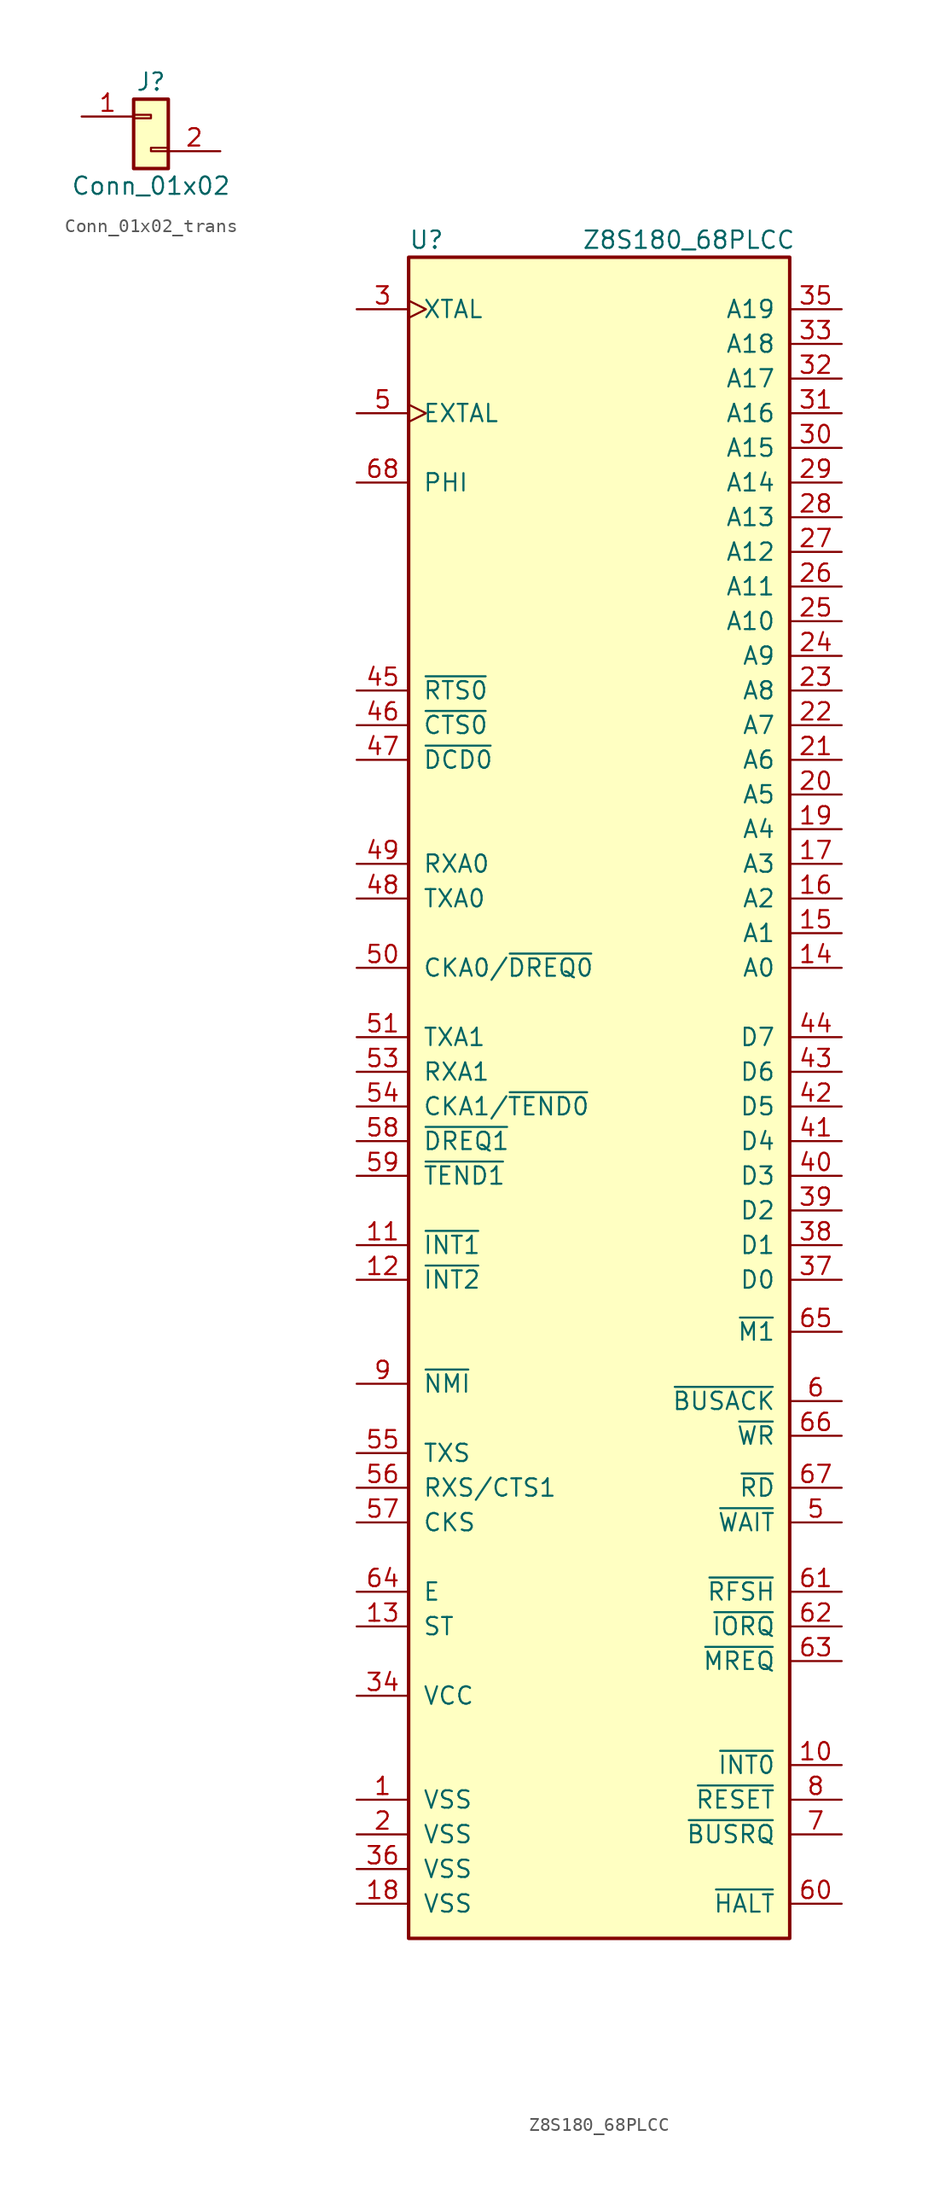
<source format=kicad_sym>
(kicad_symbol_lib
  (version 20220914)
  (generator kicad_symbol_editor)
  (symbol "Conn_01x02_trans"
    (pin_names
      (offset 1.016) hide)
    (property "Reference" "J"
      (at 0 2.54 0)
      (effects (font (size 1.27 1.27))))
    (property "Value" "Conn_01x02"
      (at 0 -5.08 0)
      (effects (font (size 1.27 1.27))))
    (symbol "Conn_01x02_trans_1_1"
      (rectangle (start -1.27 0.127) (end 0 -0.127) (stroke (width 0.152) (type default)) (fill (type none)))
      (rectangle (start -1.27 1.27) (end 1.27 -3.81) (stroke (width 0.254) (type default)) (fill (type background)))
      (rectangle (start 0 -2.54) (end 1.27 -2.286) (stroke (width 0.152) (type default)) (fill (type none)))
      (pin passive line (at -5.08 0 0) (length 3.81) (name "Pin_1" (effects (font (size 1.27 1.27)))) (number "1" (effects (font (size 1.27 1.27)))))
      (pin passive line (at 5.08 -2.54 180) (length 3.81) (name "Pin_2" (effects (font (size 1.27 1.27)))) (number "2" (effects (font (size 1.27 1.27)))))))
  (symbol "Z8S180_68PLCC"
    (pin_names
      (offset 1.016))
    (property "Reference" "U"
      (at -13.97 35.56 0)
      (effects (font (size 1.27 1.27)) (justify left)))
    (property "Value" "Z8S180_68PLCC"
      (at -1.27 35.56 0)
      (effects (font (size 1.27 1.27)) (justify left)))
    (symbol "Z8S180_68PLCC_0_1"
      (rectangle (start -13.97 34.29) (end 13.97 -88.9) (stroke (width 0.254) (type default)) (fill (type background))))
    (symbol "Z8S180_68PLCC_1_1"
      (pin power_in line (at -17.78 -78.74 0) (length 3.81) (name "VSS" (effects (font (size 1.27 1.27)))) (number "1" (effects (font (size 1.27 1.27)))))
      (pin input line (at 17.78 -76.2 180) (length 3.81) (name "~{INT0}" (effects (font (size 1.27 1.27)))) (number "10" (effects (font (size 1.27 1.27)))))
      (pin input line (at -17.78 -38.1 0) (length 3.81) (name "~{INT1}" (effects (font (size 1.27 1.27)))) (number "11" (effects (font (size 1.27 1.27)))))
      (pin input line (at -17.78 -40.64 0) (length 3.81) (name "~{INT2}" (effects (font (size 1.27 1.27)))) (number "12" (effects (font (size 1.27 1.27)))))
      (pin output line (at -17.78 -66.04 0) (length 3.81) (name "ST" (effects (font (size 1.27 1.27)))) (number "13" (effects (font (size 1.27 1.27)))))
      (pin output line (at 17.78 -17.78 180) (length 3.81) (name "A0" (effects (font (size 1.27 1.27)))) (number "14" (effects (font (size 1.27 1.27)))))
      (pin output line (at 17.78 -15.24 180) (length 3.81) (name "A1" (effects (font (size 1.27 1.27)))) (number "15" (effects (font (size 1.27 1.27)))))
      (pin output line (at 17.78 -12.7 180) (length 3.81) (name "A2" (effects (font (size 1.27 1.27)))) (number "16" (effects (font (size 1.27 1.27)))))
      (pin output line (at 17.78 -10.16 180) (length 3.81) (name "A3" (effects (font (size 1.27 1.27)))) (number "17" (effects (font (size 1.27 1.27)))))
      (pin power_in line (at -17.78 -86.36 0) (length 3.81) (name "VSS" (effects (font (size 1.27 1.27)))) (number "18" (effects (font (size 1.27 1.27)))))
      (pin output line (at 17.78 -7.62 180) (length 3.81) (name "A4" (effects (font (size 1.27 1.27)))) (number "19" (effects (font (size 1.27 1.27)))))
      (pin power_in line (at -17.78 -81.28 0) (length 3.81) (name "VSS" (effects (font (size 1.27 1.27)))) (number "2" (effects (font (size 1.27 1.27)))))
      (pin output line (at 17.78 -5.08 180) (length 3.81) (name "A5" (effects (font (size 1.27 1.27)))) (number "20" (effects (font (size 1.27 1.27)))))
      (pin output line (at 17.78 -2.54 180) (length 3.81) (name "A6" (effects (font (size 1.27 1.27)))) (number "21" (effects (font (size 1.27 1.27)))))
      (pin output line (at 17.78 0 180) (length 3.81) (name "A7" (effects (font (size 1.27 1.27)))) (number "22" (effects (font (size 1.27 1.27)))))
      (pin output line (at 17.78 2.54 180) (length 3.81) (name "A8" (effects (font (size 1.27 1.27)))) (number "23" (effects (font (size 1.27 1.27)))))
      (pin output line (at 17.78 5.08 180) (length 3.81) (name "A9" (effects (font (size 1.27 1.27)))) (number "24" (effects (font (size 1.27 1.27)))))
      (pin output line (at 17.78 7.62 180) (length 3.81) (name "A10" (effects (font (size 1.27 1.27)))) (number "25" (effects (font (size 1.27 1.27)))))
      (pin output line (at 17.78 10.16 180) (length 3.81) (name "A11" (effects (font (size 1.27 1.27)))) (number "26" (effects (font (size 1.27 1.27)))))
      (pin output line (at 17.78 12.7 180) (length 3.81) (name "A12" (effects (font (size 1.27 1.27)))) (number "27" (effects (font (size 1.27 1.27)))))
      (pin output line (at 17.78 15.24 180) (length 3.81) (name "A13" (effects (font (size 1.27 1.27)))) (number "28" (effects (font (size 1.27 1.27)))))
      (pin output line (at 17.78 17.78 180) (length 3.81) (name "A14" (effects (font (size 1.27 1.27)))) (number "29" (effects (font (size 1.27 1.27)))))
      (pin input clock (at -17.78 30.48 0) (length 3.81) (name "XTAL" (effects (font (size 1.27 1.27)))) (number "3" (effects (font (size 1.27 1.27)))))
      (pin output line (at 17.78 20.32 180) (length 3.81) (name "A15" (effects (font (size 1.27 1.27)))) (number "30" (effects (font (size 1.27 1.27)))))
      (pin output line (at 17.78 22.86 180) (length 3.81) (name "A16" (effects (font (size 1.27 1.27)))) (number "31" (effects (font (size 1.27 1.27)))))
      (pin output line (at 17.78 25.4 180) (length 3.81) (name "A17" (effects (font (size 1.27 1.27)))) (number "32" (effects (font (size 1.27 1.27)))))
      (pin output line (at 17.78 27.94 180) (length 3.81) (name "A18" (effects (font (size 1.27 1.27)))) (number "33" (effects (font (size 1.27 1.27)))))
      (pin power_in line (at -17.78 -71.12 0) (length 3.81) (name "VCC" (effects (font (size 1.27 1.27)))) (number "34" (effects (font (size 1.27 1.27)))))
      (pin output line (at 17.78 30.48 180) (length 3.81) (name "A19" (effects (font (size 1.27 1.27)))) (number "35" (effects (font (size 1.27 1.27)))))
      (pin power_in line (at -17.78 -83.82 0) (length 3.81) (name "VSS" (effects (font (size 1.27 1.27)))) (number "36" (effects (font (size 1.27 1.27)))))
      (pin bidirectional line (at 17.78 -40.64 180) (length 3.81) (name "D0" (effects (font (size 1.27 1.27)))) (number "37" (effects (font (size 1.27 1.27)))))
      (pin bidirectional line (at 17.78 -38.1 180) (length 3.81) (name "D1" (effects (font (size 1.27 1.27)))) (number "38" (effects (font (size 1.27 1.27)))))
      (pin bidirectional line (at 17.78 -35.56 180) (length 3.81) (name "D2" (effects (font (size 1.27 1.27)))) (number "39" (effects (font (size 1.27 1.27)))))
      (pin bidirectional line (at 17.78 -33.02 180) (length 3.81) (name "D3" (effects (font (size 1.27 1.27)))) (number "40" (effects (font (size 1.27 1.27)))))
      (pin bidirectional line (at 17.78 -30.48 180) (length 3.81) (name "D4" (effects (font (size 1.27 1.27)))) (number "41" (effects (font (size 1.27 1.27)))))
      (pin bidirectional line (at 17.78 -27.94 180) (length 3.81) (name "D5" (effects (font (size 1.27 1.27)))) (number "42" (effects (font (size 1.27 1.27)))))
      (pin bidirectional line (at 17.78 -25.4 180) (length 3.81) (name "D6" (effects (font (size 1.27 1.27)))) (number "43" (effects (font (size 1.27 1.27)))))
      (pin bidirectional line (at 17.78 -22.86 180) (length 3.81) (name "D7" (effects (font (size 1.27 1.27)))) (number "44" (effects (font (size 1.27 1.27)))))
      (pin output line (at -17.78 2.54 0) (length 3.81) (name "~{RTS0}" (effects (font (size 1.27 1.27)))) (number "45" (effects (font (size 1.27 1.27)))))
      (pin input line (at -17.78 0 0) (length 3.81) (name "~{CTS0}" (effects (font (size 1.27 1.27)))) (number "46" (effects (font (size 1.27 1.27)))))
      (pin input line (at -17.78 -2.54 0) (length 3.81) (name "~{DCD0}" (effects (font (size 1.27 1.27)))) (number "47" (effects (font (size 1.27 1.27)))))
      (pin output line (at -17.78 -12.7 0) (length 3.81) (name "TXA0" (effects (font (size 1.27 1.27)))) (number "48" (effects (font (size 1.27 1.27)))))
      (pin input line (at -17.78 -10.16 0) (length 3.81) (name "RXA0" (effects (font (size 1.27 1.27)))) (number "49" (effects (font (size 1.27 1.27)))))
      (pin input clock (at -17.78 22.86 0) (length 3.81) (name "EXTAL" (effects (font (size 1.27 1.27)))) (number "5" (effects (font (size 1.27 1.27)))))
      (pin input line (at 17.78 -58.42 180) (length 3.81) (name "~{WAIT}" (effects (font (size 1.27 1.27)))) (number "5" (effects (font (size 1.27 1.27)))))
      (pin input line (at -17.78 -17.78 0) (length 3.81) (name "CKA0/~{DREQ0}" (effects (font (size 1.27 1.27)))) (number "50" (effects (font (size 1.27 1.27)))))
      (pin output line (at -17.78 -22.86 0) (length 3.81) (name "TXA1" (effects (font (size 1.27 1.27)))) (number "51" (effects (font (size 1.27 1.27)))))
      (pin input line (at -17.78 -25.4 0) (length 3.81) (name "RXA1" (effects (font (size 1.27 1.27)))) (number "53" (effects (font (size 1.27 1.27)))))
      (pin input line (at -17.78 -27.94 0) (length 3.81) (name "CKA1/~{TEND0}" (effects (font (size 1.27 1.27)))) (number "54" (effects (font (size 1.27 1.27)))))
      (pin output line (at -17.78 -53.34 0) (length 3.81) (name "TXS" (effects (font (size 1.27 1.27)))) (number "55" (effects (font (size 1.27 1.27)))))
      (pin input line (at -17.78 -55.88 0) (length 3.81) (name "RXS/CTS1" (effects (font (size 1.27 1.27)))) (number "56" (effects (font (size 1.27 1.27)))))
      (pin input line (at -17.78 -58.42 0) (length 3.81) (name "CKS" (effects (font (size 1.27 1.27)))) (number "57" (effects (font (size 1.27 1.27)))))
      (pin input line (at -17.78 -30.48 0) (length 3.81) (name "~{DREQ1}" (effects (font (size 1.27 1.27)))) (number "58" (effects (font (size 1.27 1.27)))))
      (pin input line (at -17.78 -33.02 0) (length 3.81) (name "~{TEND1}" (effects (font (size 1.27 1.27)))) (number "59" (effects (font (size 1.27 1.27)))))
      (pin output line (at 17.78 -49.53 180) (length 3.81) (name "~{BUSACK}" (effects (font (size 1.27 1.27)))) (number "6" (effects (font (size 1.27 1.27)))))
      (pin output line (at 17.78 -86.36 180) (length 3.81) (name "~{HALT}" (effects (font (size 1.27 1.27)))) (number "60" (effects (font (size 1.27 1.27)))))
      (pin output line (at 17.78 -63.5 180) (length 3.81) (name "~{RFSH}" (effects (font (size 1.27 1.27)))) (number "61" (effects (font (size 1.27 1.27)))))
      (pin output line (at 17.78 -66.04 180) (length 3.81) (name "~{IORQ}" (effects (font (size 1.27 1.27)))) (number "62" (effects (font (size 1.27 1.27)))))
      (pin output line (at 17.78 -68.58 180) (length 3.81) (name "~{MREQ}" (effects (font (size 1.27 1.27)))) (number "63" (effects (font (size 1.27 1.27)))))
      (pin output line (at -17.78 -63.5 0) (length 3.81) (name "E" (effects (font (size 1.27 1.27)))) (number "64" (effects (font (size 1.27 1.27)))))
      (pin output line (at 17.78 -44.45 180) (length 3.81) (name "~{M1}" (effects (font (size 1.27 1.27)))) (number "65" (effects (font (size 1.27 1.27)))))
      (pin output line (at 17.78 -52.07 180) (length 3.81) (name "~{WR}" (effects (font (size 1.27 1.27)))) (number "66" (effects (font (size 1.27 1.27)))))
      (pin output line (at 17.78 -55.88 180) (length 3.81) (name "~{RD}" (effects (font (size 1.27 1.27)))) (number "67" (effects (font (size 1.27 1.27)))))
      (pin output line (at -17.78 17.78 0) (length 3.81) (name "PHI" (effects (font (size 1.27 1.27)))) (number "68" (effects (font (size 1.27 1.27)))))
      (pin input line (at 17.78 -81.28 180) (length 3.81) (name "~{BUSRQ}" (effects (font (size 1.27 1.27)))) (number "7" (effects (font (size 1.27 1.27)))))
      (pin input line (at 17.78 -78.74 180) (length 3.81) (name "~{RESET}" (effects (font (size 1.27 1.27)))) (number "8" (effects (font (size 1.27 1.27)))))
      (pin input line (at -17.78 -48.26 0) (length 3.81) (name "~{NMI}" (effects (font (size 1.27 1.27)))) (number "9" (effects (font (size 1.27 1.27))))))))
</source>
